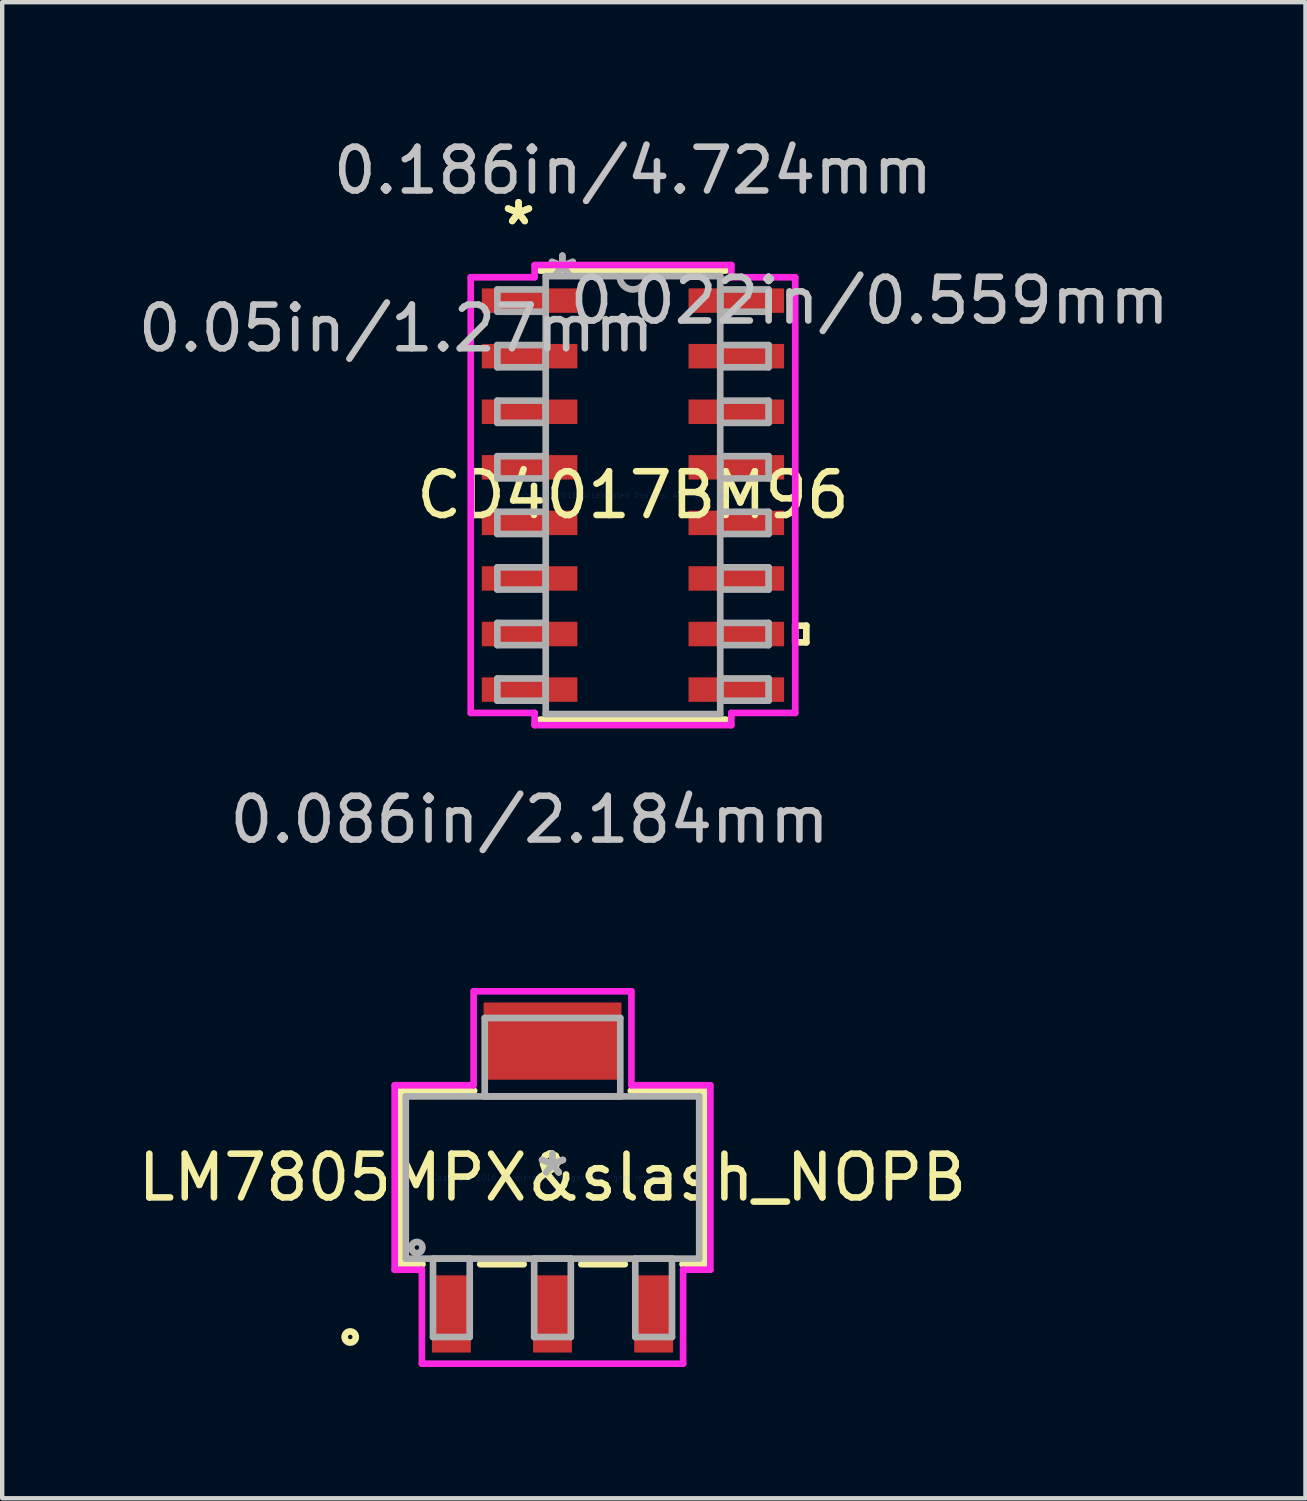
<source format=kicad_pcb>
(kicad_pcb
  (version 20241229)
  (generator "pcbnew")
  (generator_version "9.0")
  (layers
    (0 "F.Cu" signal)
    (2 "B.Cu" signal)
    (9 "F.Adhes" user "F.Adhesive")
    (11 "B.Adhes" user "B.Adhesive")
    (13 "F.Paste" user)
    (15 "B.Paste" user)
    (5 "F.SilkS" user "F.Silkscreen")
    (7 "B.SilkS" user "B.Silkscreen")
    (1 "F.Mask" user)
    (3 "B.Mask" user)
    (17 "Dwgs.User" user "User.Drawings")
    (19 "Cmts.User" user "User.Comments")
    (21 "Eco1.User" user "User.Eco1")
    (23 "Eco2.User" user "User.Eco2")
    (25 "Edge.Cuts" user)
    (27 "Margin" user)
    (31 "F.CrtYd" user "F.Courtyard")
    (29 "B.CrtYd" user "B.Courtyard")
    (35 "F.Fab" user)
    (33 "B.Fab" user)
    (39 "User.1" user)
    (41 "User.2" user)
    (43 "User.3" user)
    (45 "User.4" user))
  (footprint "CD4017BM96"
    (layer "F.Cu")
    (at 11.416 8.265)
    (property "Reference" "CD4017BM96" (at 0 0 0) (layer "F.SilkS") (effects (font (size 1 1) (thickness 0.15))))
    (attr through_hole)
    (fp_line (start -2.121 5.131) (end 2.121 5.131) (stroke (width 0.152) (type solid)) (layer "F.SilkS"))
    (fp_line (start 2.121 -5.131) (end -2.121 -5.131) (stroke (width 0.152) (type solid)) (layer "F.SilkS"))
    (fp_line (start 3.708 2.985) (end 3.962 2.985) (stroke (width 0.152) (type solid)) (layer "F.SilkS"))
    (fp_line (start 3.708 3.365) (end 3.708 2.985) (stroke (width 0.152) (type solid)) (layer "F.SilkS"))
    (fp_line (start 3.962 2.985) (end 3.962 3.365) (stroke (width 0.152) (type solid)) (layer "F.SilkS"))
    (fp_line (start 3.962 3.365) (end 3.708 3.365) (stroke (width 0.152) (type solid)) (layer "F.SilkS"))
    (fp_line (start -3.708 -4.978) (end -2.248 -4.978) (stroke (width 0.152) (type solid)) (layer "F.CrtYd"))
    (fp_line (start -3.708 4.978) (end -3.708 -4.978) (stroke (width 0.152) (type solid)) (layer "F.CrtYd"))
    (fp_line (start -2.248 -5.258) (end 2.248 -5.258) (stroke (width 0.152) (type solid)) (layer "F.CrtYd"))
    (fp_line (start -2.248 -4.978) (end -2.248 -5.258) (stroke (width 0.152) (type solid)) (layer "F.CrtYd"))
    (fp_line (start -2.248 4.978) (end -3.708 4.978) (stroke (width 0.152) (type solid)) (layer "F.CrtYd"))
    (fp_line (start -2.248 5.258) (end -2.248 4.978) (stroke (width 0.152) (type solid)) (layer "F.CrtYd"))
    (fp_line (start 2.248 -5.258) (end 2.248 -4.978) (stroke (width 0.152) (type solid)) (layer "F.CrtYd"))
    (fp_line (start 2.248 -4.978) (end 3.708 -4.978) (stroke (width 0.152) (type solid)) (layer "F.CrtYd"))
    (fp_line (start 2.248 4.978) (end 2.248 5.258) (stroke (width 0.152) (type solid)) (layer "F.CrtYd"))
    (fp_line (start 2.248 5.258) (end -2.248 5.258) (stroke (width 0.152) (type solid)) (layer "F.CrtYd"))
    (fp_line (start 3.708 -4.978) (end 3.708 4.978) (stroke (width 0.152) (type solid)) (layer "F.CrtYd"))
    (fp_line (start 3.708 4.978) (end 2.248 4.978) (stroke (width 0.152) (type solid)) (layer "F.CrtYd"))
    (fp_line (start -3.099 -4.699) (end -3.099 -4.191) (stroke (width 0.152) (type solid)) (layer "F.Fab"))
    (fp_line (start -3.099 -4.191) (end -1.994 -4.191) (stroke (width 0.152) (type solid)) (layer "F.Fab"))
    (fp_line (start -3.099 -3.429) (end -3.099 -2.921) (stroke (width 0.152) (type solid)) (layer "F.Fab"))
    (fp_line (start -3.099 -2.921) (end -1.994 -2.921) (stroke (width 0.152) (type solid)) (layer "F.Fab"))
    (fp_line (start -3.099 -2.159) (end -3.099 -1.651) (stroke (width 0.152) (type solid)) (layer "F.Fab"))
    (fp_line (start -3.099 -1.651) (end -1.994 -1.651) (stroke (width 0.152) (type solid)) (layer "F.Fab"))
    (fp_line (start -3.099 -0.889) (end -3.099 -0.381) (stroke (width 0.152) (type solid)) (layer "F.Fab"))
    (fp_line (start -3.099 -0.381) (end -1.994 -0.381) (stroke (width 0.152) (type solid)) (layer "F.Fab"))
    (fp_line (start -3.099 0.381) (end -3.099 0.889) (stroke (width 0.152) (type solid)) (layer "F.Fab"))
    (fp_line (start -3.099 0.889) (end -1.994 0.889) (stroke (width 0.152) (type solid)) (layer "F.Fab"))
    (fp_line (start -3.099 1.651) (end -3.099 2.159) (stroke (width 0.152) (type solid)) (layer "F.Fab"))
    (fp_line (start -3.099 2.159) (end -1.994 2.159) (stroke (width 0.152) (type solid)) (layer "F.Fab"))
    (fp_line (start -3.099 2.921) (end -3.099 3.429) (stroke (width 0.152) (type solid)) (layer "F.Fab"))
    (fp_line (start -3.099 3.429) (end -1.994 3.429) (stroke (width 0.152) (type solid)) (layer "F.Fab"))
    (fp_line (start -3.099 4.191) (end -3.099 4.699) (stroke (width 0.152) (type solid)) (layer "F.Fab"))
    (fp_line (start -3.099 4.699) (end -1.994 4.699) (stroke (width 0.152) (type solid)) (layer "F.Fab"))
    (fp_line (start -1.994 -5.004) (end -1.994 5.004) (stroke (width 0.152) (type solid)) (layer "F.Fab"))
    (fp_line (start -1.994 -4.699) (end -3.099 -4.699) (stroke (width 0.152) (type solid)) (layer "F.Fab"))
    (fp_line (start -1.994 -4.191) (end -1.994 -4.699) (stroke (width 0.152) (type solid)) (layer "F.Fab"))
    (fp_line (start -1.994 -3.429) (end -3.099 -3.429) (stroke (width 0.152) (type solid)) (layer "F.Fab"))
    (fp_line (start -1.994 -2.921) (end -1.994 -3.429) (stroke (width 0.152) (type solid)) (layer "F.Fab"))
    (fp_line (start -1.994 -2.159) (end -3.099 -2.159) (stroke (width 0.152) (type solid)) (layer "F.Fab"))
    (fp_line (start -1.994 -1.651) (end -1.994 -2.159) (stroke (width 0.152) (type solid)) (layer "F.Fab"))
    (fp_line (start -1.994 -0.889) (end -3.099 -0.889) (stroke (width 0.152) (type solid)) (layer "F.Fab"))
    (fp_line (start -1.994 -0.381) (end -1.994 -0.889) (stroke (width 0.152) (type solid)) (layer "F.Fab"))
    (fp_line (start -1.994 0.381) (end -3.099 0.381) (stroke (width 0.152) (type solid)) (layer "F.Fab"))
    (fp_line (start -1.994 0.889) (end -1.994 0.381) (stroke (width 0.152) (type solid)) (layer "F.Fab"))
    (fp_line (start -1.994 1.651) (end -3.099 1.651) (stroke (width 0.152) (type solid)) (layer "F.Fab"))
    (fp_line (start -1.994 2.159) (end -1.994 1.651) (stroke (width 0.152) (type solid)) (layer "F.Fab"))
    (fp_line (start -1.994 2.921) (end -3.099 2.921) (stroke (width 0.152) (type solid)) (layer "F.Fab"))
    (fp_line (start -1.994 3.429) (end -1.994 2.921) (stroke (width 0.152) (type solid)) (layer "F.Fab"))
    (fp_line (start -1.994 4.191) (end -3.099 4.191) (stroke (width 0.152) (type solid)) (layer "F.Fab"))
    (fp_line (start -1.994 4.699) (end -1.994 4.191) (stroke (width 0.152) (type solid)) (layer "F.Fab"))
    (fp_line (start -1.994 5.004) (end 1.994 5.004) (stroke (width 0.152) (type solid)) (layer "F.Fab"))
    (fp_line (start 1.994 -5.004) (end -1.994 -5.004) (stroke (width 0.152) (type solid)) (layer "F.Fab"))
    (fp_line (start 1.994 -4.699) (end 1.994 -4.191) (stroke (width 0.152) (type solid)) (layer "F.Fab"))
    (fp_line (start 1.994 -4.191) (end 3.099 -4.191) (stroke (width 0.152) (type solid)) (layer "F.Fab"))
    (fp_line (start 1.994 -3.429) (end 1.994 -2.921) (stroke (width 0.152) (type solid)) (layer "F.Fab"))
    (fp_line (start 1.994 -2.921) (end 3.099 -2.921) (stroke (width 0.152) (type solid)) (layer "F.Fab"))
    (fp_line (start 1.994 -2.159) (end 1.994 -1.651) (stroke (width 0.152) (type solid)) (layer "F.Fab"))
    (fp_line (start 1.994 -1.651) (end 3.099 -1.651) (stroke (width 0.152) (type solid)) (layer "F.Fab"))
    (fp_line (start 1.994 -0.889) (end 1.994 -0.381) (stroke (width 0.152) (type solid)) (layer "F.Fab"))
    (fp_line (start 1.994 -0.381) (end 3.099 -0.381) (stroke (width 0.152) (type solid)) (layer "F.Fab"))
    (fp_line (start 1.994 0.381) (end 1.994 0.889) (stroke (width 0.152) (type solid)) (layer "F.Fab"))
    (fp_line (start 1.994 0.889) (end 3.099 0.889) (stroke (width 0.152) (type solid)) (layer "F.Fab"))
    (fp_line (start 1.994 1.651) (end 1.994 2.159) (stroke (width 0.152) (type solid)) (layer "F.Fab"))
    (fp_line (start 1.994 2.159) (end 3.099 2.159) (stroke (width 0.152) (type solid)) (layer "F.Fab"))
    (fp_line (start 1.994 2.921) (end 1.994 3.429) (stroke (width 0.152) (type solid)) (layer "F.Fab"))
    (fp_line (start 1.994 3.429) (end 3.099 3.429) (stroke (width 0.152) (type solid)) (layer "F.Fab"))
    (fp_line (start 1.994 4.191) (end 1.994 4.699) (stroke (width 0.152) (type solid)) (layer "F.Fab"))
    (fp_line (start 1.994 4.699) (end 3.099 4.699) (stroke (width 0.152) (type solid)) (layer "F.Fab"))
    (fp_line (start 1.994 5.004) (end 1.994 -5.004) (stroke (width 0.152) (type solid)) (layer "F.Fab"))
    (fp_line (start 3.099 -4.699) (end 1.994 -4.699) (stroke (width 0.152) (type solid)) (layer "F.Fab"))
    (fp_line (start 3.099 -4.191) (end 3.099 -4.699) (stroke (width 0.152) (type solid)) (layer "F.Fab"))
    (fp_line (start 3.099 -3.429) (end 1.994 -3.429) (stroke (width 0.152) (type solid)) (layer "F.Fab"))
    (fp_line (start 3.099 -2.921) (end 3.099 -3.429) (stroke (width 0.152) (type solid)) (layer "F.Fab"))
    (fp_line (start 3.099 -2.159) (end 1.994 -2.159) (stroke (width 0.152) (type solid)) (layer "F.Fab"))
    (fp_line (start 3.099 -1.651) (end 3.099 -2.159) (stroke (width 0.152) (type solid)) (layer "F.Fab"))
    (fp_line (start 3.099 -0.889) (end 1.994 -0.889) (stroke (width 0.152) (type solid)) (layer "F.Fab"))
    (fp_line (start 3.099 -0.381) (end 3.099 -0.889) (stroke (width 0.152) (type solid)) (layer "F.Fab"))
    (fp_line (start 3.099 0.381) (end 1.994 0.381) (stroke (width 0.152) (type solid)) (layer "F.Fab"))
    (fp_line (start 3.099 0.889) (end 3.099 0.381) (stroke (width 0.152) (type solid)) (layer "F.Fab"))
    (fp_line (start 3.099 1.651) (end 1.994 1.651) (stroke (width 0.152) (type solid)) (layer "F.Fab"))
    (fp_line (start 3.099 2.159) (end 3.099 1.651) (stroke (width 0.152) (type solid)) (layer "F.Fab"))
    (fp_line (start 3.099 2.921) (end 1.994 2.921) (stroke (width 0.152) (type solid)) (layer "F.Fab"))
    (fp_line (start 3.099 3.429) (end 3.099 2.921) (stroke (width 0.152) (type solid)) (layer "F.Fab"))
    (fp_line (start 3.099 4.191) (end 1.994 4.191) (stroke (width 0.152) (type solid)) (layer "F.Fab"))
    (fp_line (start 3.099 4.699) (end 3.099 4.191) (stroke (width 0.152) (type solid)) (layer "F.Fab"))
    (fp_arc (start 0.3048 -5.0038) (mid 0 -4.699) (end -0.3048 -5.0038) (stroke (width 0.1524) (type solid)) (layer "F.Fab"))
    (fp_text user "*" (at -2.616 -6.147 0) (layer "F.SilkS") (effects (font (size 1 1) (thickness 0.15))))
    (fp_text user "*" (at -2.616 -6.147 0) (layer "F.SilkS") (effects (font (size 1 1) (thickness 0.15))))
    (fp_text user "0.022in/0.559mm" (at 5.41 -4.445 0) (layer "Dwgs.User") (effects (font (size 1 1) (thickness 0.15))))
    (fp_text user "0.05in/1.27mm" (at -5.41 -3.81 0) (layer "Dwgs.User") (effects (font (size 1 1) (thickness 0.15))))
    (fp_text user "0.086in/2.184mm" (at -2.362 7.417 0) (layer "Dwgs.User") (effects (font (size 1 1) (thickness 0.15))))
    (fp_text user "0.186in/4.724mm" (at 0 -7.417 0) (layer "Dwgs.User") (effects (font (size 1 1) (thickness 0.15))))
    (fp_text user "Copyright 2016 Accelerated Designs. All rights reserved." (at 0 0 0) (layer "Cmts.User") (effects (font (size 0.127 0.127) (thickness 0.002))))
    (fp_text user "*" (at -1.613 -4.928 0) (layer "F.Fab") (effects (font (size 1 1) (thickness 0.15))))
    (fp_text user "*" (at -1.613 -4.928 0) (layer "F.Fab") (effects (font (size 1 1) (thickness 0.15))))
    (pad "1" smd rect (at -2.362 -4.445) (size 2.184 0.559) (layers "F.Cu" "F.Mask" "F.Paste"))
    (pad "2" smd rect (at -2.362 -3.175) (size 2.184 0.559) (layers "F.Cu" "F.Mask" "F.Paste"))
    (pad "3" smd rect (at -2.362 -1.905) (size 2.184 0.559) (layers "F.Cu" "F.Mask" "F.Paste"))
    (pad "4" smd rect (at -2.362 -0.635) (size 2.184 0.559) (layers "F.Cu" "F.Mask" "F.Paste"))
    (pad "5" smd rect (at -2.362 0.635) (size 2.184 0.559) (layers "F.Cu" "F.Mask" "F.Paste"))
    (pad "6" smd rect (at -2.362 1.905) (size 2.184 0.559) (layers "F.Cu" "F.Mask" "F.Paste"))
    (pad "7" smd rect (at -2.362 3.175) (size 2.184 0.559) (layers "F.Cu" "F.Mask" "F.Paste"))
    (pad "8" smd rect (at -2.362 4.445) (size 2.184 0.559) (layers "F.Cu" "F.Mask" "F.Paste"))
    (pad "9" smd rect (at 2.362 4.445) (size 2.184 0.559) (layers "F.Cu" "F.Mask" "F.Paste"))
    (pad "10" smd rect (at 2.362 3.175) (size 2.184 0.559) (layers "F.Cu" "F.Mask" "F.Paste"))
    (pad "11" smd rect (at 2.362 1.905) (size 2.184 0.559) (layers "F.Cu" "F.Mask" "F.Paste"))
    (pad "12" smd rect (at 2.362 0.635) (size 2.184 0.559) (layers "F.Cu" "F.Mask" "F.Paste"))
    (pad "13" smd rect (at 2.362 -0.635) (size 2.184 0.559) (layers "F.Cu" "F.Mask" "F.Paste"))
    (pad "14" smd rect (at 2.362 -1.905) (size 2.184 0.559) (layers "F.Cu" "F.Mask" "F.Paste"))
    (pad "15" smd rect (at 2.362 -3.175) (size 2.184 0.559) (layers "F.Cu" "F.Mask" "F.Paste"))
    (pad "16" smd rect (at 2.362 -4.445) (size 2.184 0.559) (layers "F.Cu" "F.Mask" "F.Paste")))
  (footprint "LM7805MPX&slash_NOPB"
    (layer "F.Cu")
    (at 9.577 23.861)
    (property "Reference" "LM7805MPX&slash_NOPB" (at 0 0 0) (layer "F.SilkS") (effects (font (size 1 1) (thickness 0.15))))
    (attr through_hole)
    (fp_line (start -3.48 -1.981) (end -3.48 1.981) (stroke (width 0.152) (type solid)) (layer "F.SilkS"))
    (fp_line (start -3.48 1.981) (end -2.971 1.981) (stroke (width 0.152) (type solid)) (layer "F.SilkS"))
    (fp_line (start -1.79 -1.981) (end -3.48 -1.981) (stroke (width 0.152) (type solid)) (layer "F.SilkS"))
    (fp_line (start -1.652 1.981) (end -0.659 1.981) (stroke (width 0.152) (type solid)) (layer "F.SilkS"))
    (fp_line (start 0.659 1.981) (end 1.652 1.981) (stroke (width 0.152) (type solid)) (layer "F.SilkS"))
    (fp_line (start 2.971 1.981) (end 3.48 1.981) (stroke (width 0.152) (type solid)) (layer "F.SilkS"))
    (fp_line (start 3.48 -1.981) (end 1.79 -1.981) (stroke (width 0.152) (type solid)) (layer "F.SilkS"))
    (fp_line (start 3.48 1.981) (end 3.48 -1.981) (stroke (width 0.152) (type solid)) (layer "F.SilkS"))
    (fp_circle (center -4.623 3.645) (end -4.496 3.645) (stroke (width 0.152) (type solid)) (fill no) (layer "F.SilkS"))
    (fp_line (start -3.607 -2.108) (end -1.803 -2.108) (stroke (width 0.152) (type solid)) (layer "F.CrtYd"))
    (fp_line (start -3.607 2.108) (end -3.607 -2.108) (stroke (width 0.152) (type solid)) (layer "F.CrtYd"))
    (fp_line (start -2.985 2.108) (end -3.607 2.108) (stroke (width 0.152) (type solid)) (layer "F.CrtYd"))
    (fp_line (start -2.985 4.255) (end -2.985 2.108) (stroke (width 0.152) (type solid)) (layer "F.CrtYd"))
    (fp_line (start -1.803 -4.255) (end 1.803 -4.255) (stroke (width 0.152) (type solid)) (layer "F.CrtYd"))
    (fp_line (start -1.803 -2.108) (end -1.803 -4.255) (stroke (width 0.152) (type solid)) (layer "F.CrtYd"))
    (fp_line (start 1.803 -4.255) (end 1.803 -2.108) (stroke (width 0.152) (type solid)) (layer "F.CrtYd"))
    (fp_line (start 1.803 -2.108) (end 3.607 -2.108) (stroke (width 0.152) (type solid)) (layer "F.CrtYd"))
    (fp_line (start 2.985 2.108) (end 2.985 4.255) (stroke (width 0.152) (type solid)) (layer "F.CrtYd"))
    (fp_line (start 2.985 4.255) (end -2.985 4.255) (stroke (width 0.152) (type solid)) (layer "F.CrtYd"))
    (fp_line (start 3.607 -2.108) (end 3.607 2.108) (stroke (width 0.152) (type solid)) (layer "F.CrtYd"))
    (fp_line (start 3.607 2.108) (end 2.985 2.108) (stroke (width 0.152) (type solid)) (layer "F.CrtYd"))
    (fp_line (start -3.353 -1.854) (end -3.353 1.854) (stroke (width 0.152) (type solid)) (layer "F.Fab"))
    (fp_line (start -3.353 1.854) (end 3.353 1.854) (stroke (width 0.152) (type solid)) (layer "F.Fab"))
    (fp_line (start -2.731 1.854) (end -2.731 3.645) (stroke (width 0.152) (type solid)) (layer "F.Fab"))
    (fp_line (start -2.731 3.645) (end -1.892 3.645) (stroke (width 0.152) (type solid)) (layer "F.Fab"))
    (fp_line (start -1.892 1.854) (end -2.731 1.854) (stroke (width 0.152) (type solid)) (layer "F.Fab"))
    (fp_line (start -1.892 3.645) (end -1.892 1.854) (stroke (width 0.152) (type solid)) (layer "F.Fab"))
    (fp_line (start -1.549 -3.645) (end -1.549 -1.854) (stroke (width 0.152) (type solid)) (layer "F.Fab"))
    (fp_line (start -1.549 -1.854) (end 1.549 -1.854) (stroke (width 0.152) (type solid)) (layer "F.Fab"))
    (fp_line (start -0.419 1.854) (end -0.419 3.645) (stroke (width 0.152) (type solid)) (layer "F.Fab"))
    (fp_line (start -0.419 3.645) (end 0.419 3.645) (stroke (width 0.152) (type solid)) (layer "F.Fab"))
    (fp_line (start 0.419 1.854) (end -0.419 1.854) (stroke (width 0.152) (type solid)) (layer "F.Fab"))
    (fp_line (start 0.419 3.645) (end 0.419 1.854) (stroke (width 0.152) (type solid)) (layer "F.Fab"))
    (fp_line (start 1.549 -3.645) (end -1.549 -3.645) (stroke (width 0.152) (type solid)) (layer "F.Fab"))
    (fp_line (start 1.549 -1.854) (end 1.549 -3.645) (stroke (width 0.152) (type solid)) (layer "F.Fab"))
    (fp_line (start 1.892 1.854) (end 1.892 3.645) (stroke (width 0.152) (type solid)) (layer "F.Fab"))
    (fp_line (start 1.892 3.645) (end 2.731 3.645) (stroke (width 0.152) (type solid)) (layer "F.Fab"))
    (fp_line (start 2.731 1.854) (end 1.892 1.854) (stroke (width 0.152) (type solid)) (layer "F.Fab"))
    (fp_line (start 2.731 3.645) (end 2.731 1.854) (stroke (width 0.152) (type solid)) (layer "F.Fab"))
    (fp_line (start 3.353 -1.854) (end -3.353 -1.854) (stroke (width 0.152) (type solid)) (layer "F.Fab"))
    (fp_line (start 3.353 1.854) (end 3.353 -1.854) (stroke (width 0.152) (type solid)) (layer "F.Fab"))
    (fp_circle (center -3.099 1.6) (end -2.972 1.6) (stroke (width 0.152) (type solid)) (fill no) (layer "F.Fab"))
    (fp_text user "*" (at 0 0 0) (layer "F.SilkS") (effects (font (size 1 1) (thickness 0.15))))
    (fp_text user "Copyright 2016 Accelerated Designs. All rights reserved." (at 0 0 0) (layer "Cmts.User") (effects (font (size 0.127 0.127) (thickness 0.002))))
    (fp_text user "*" (at 0 0 0) (layer "F.Fab") (effects (font (size 1 1) (thickness 0.15))))
    (pad "1" smd rect (at -2.311 3.118) (size 0.889 1.765) (layers "F.Cu" "F.Mask" "F.Paste"))
    (pad "2" smd rect (at 0 3.118) (size 0.889 1.765) (layers "F.Cu" "F.Mask" "F.Paste"))
    (pad "3" smd rect (at 2.311 3.118) (size 0.889 1.765) (layers "F.Cu" "F.Mask" "F.Paste"))
    (pad "4" smd rect (at 0 -3.118) (size 3.15 1.765) (layers "F.Cu" "F.Mask" "F.Paste")))
  (gr_rect
    (start -3 -3)
    (end 26.785 31.192)
    (stroke (width 0.1) (type default))
    (fill no)
    (layer "Edge.Cuts")))
</source>
